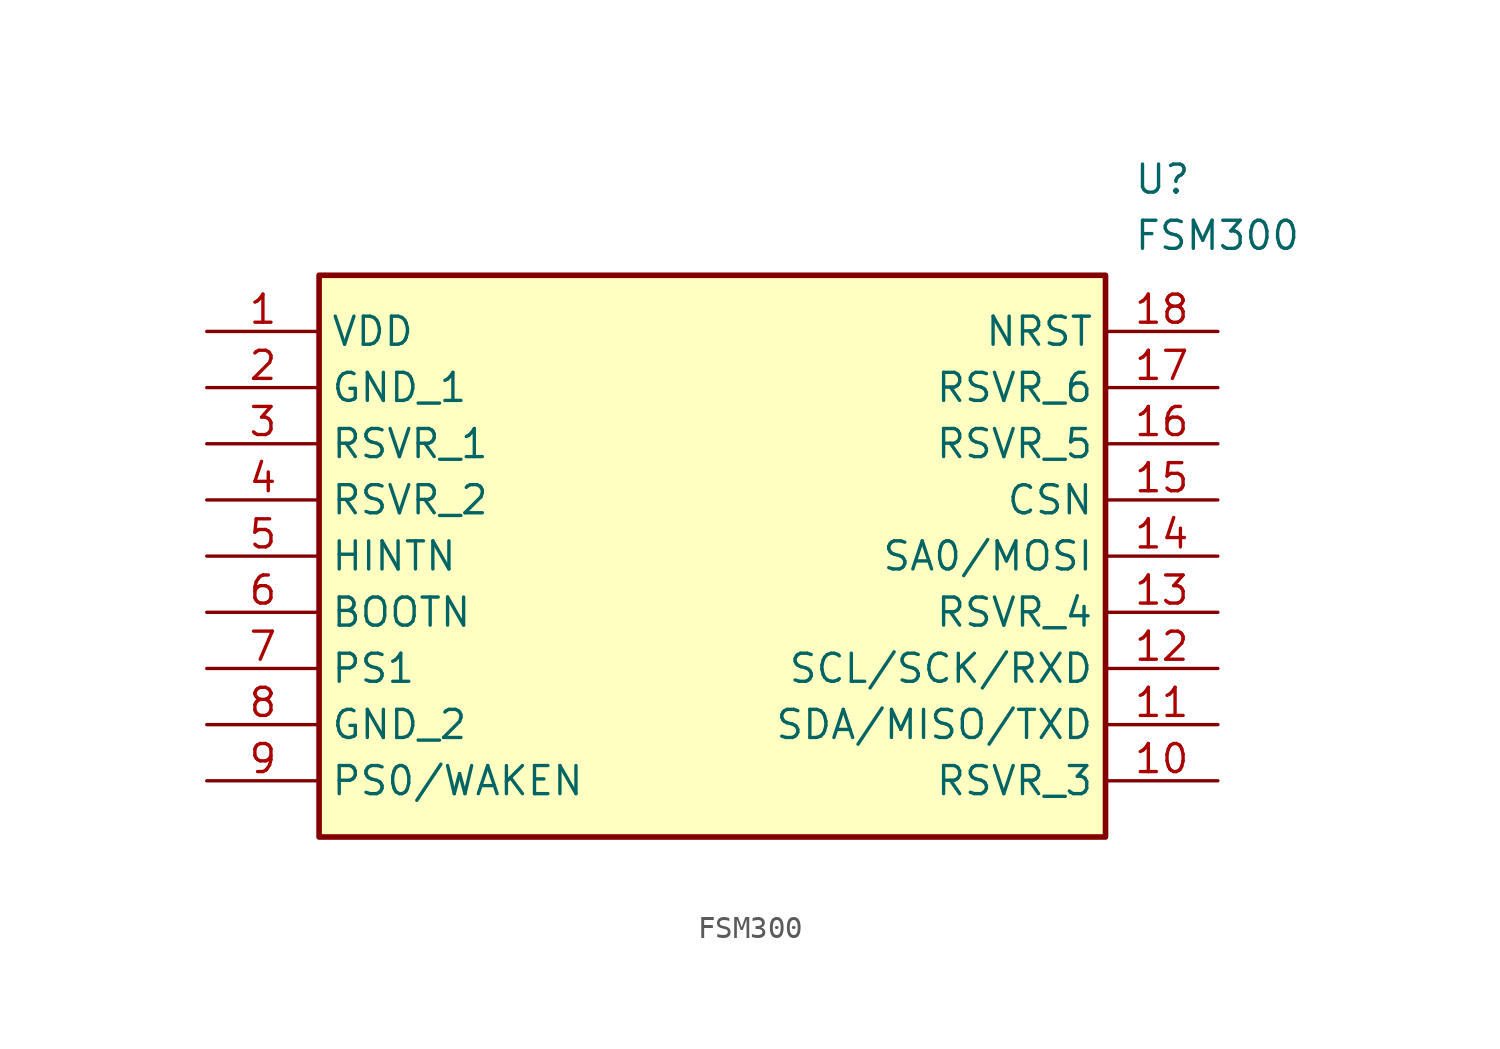
<source format=kicad_sym>
(kicad_symbol_lib
  (version 20211014)
  (generator SamacSys_ECAD_Model)
  (symbol "FSM300"
    (property "Reference" "U"
      (at 41.91 7.62 0)
      (effects (font (size 1.27 1.27)) (justify left top)))
    (property "Value" "FSM300"
      (at 41.91 5.08 0)
      (effects (font (size 1.27 1.27)) (justify left top)))
    (rectangle
      (start 5.08 2.54)
      (end 40.64 -22.86)
      (stroke (width 0.254) (type default))
      (fill (type background)))
    (pin passive line
      (at 0 0 0)
      (length 5.08)
      (name "VDD" (effects (font (size 1.27 1.27))))
      (number "1" (effects (font (size 1.27 1.27)))))
    (pin passive line
      (at 0 -2.54 0)
      (length 5.08)
      (name "GND_1" (effects (font (size 1.27 1.27))))
      (number "2" (effects (font (size 1.27 1.27)))))
    (pin passive line
      (at 0 -5.08 0)
      (length 5.08)
      (name "RSVR_1" (effects (font (size 1.27 1.27))))
      (number "3" (effects (font (size 1.27 1.27)))))
    (pin passive line
      (at 0 -7.62 0)
      (length 5.08)
      (name "RSVR_2" (effects (font (size 1.27 1.27))))
      (number "4" (effects (font (size 1.27 1.27)))))
    (pin passive line
      (at 0 -10.16 0)
      (length 5.08)
      (name "HINTN" (effects (font (size 1.27 1.27))))
      (number "5" (effects (font (size 1.27 1.27)))))
    (pin passive line
      (at 0 -12.7 0)
      (length 5.08)
      (name "BOOTN" (effects (font (size 1.27 1.27))))
      (number "6" (effects (font (size 1.27 1.27)))))
    (pin passive line
      (at 0 -15.24 0)
      (length 5.08)
      (name "PS1" (effects (font (size 1.27 1.27))))
      (number "7" (effects (font (size 1.27 1.27)))))
    (pin passive line
      (at 0 -17.78 0)
      (length 5.08)
      (name "GND_2" (effects (font (size 1.27 1.27))))
      (number "8" (effects (font (size 1.27 1.27)))))
    (pin passive line
      (at 0 -20.32 0)
      (length 5.08)
      (name "PS0/WAKEN" (effects (font (size 1.27 1.27))))
      (number "9" (effects (font (size 1.27 1.27)))))
    (pin passive line
      (at 45.72 -20.32 180)
      (length 5.08)
      (name "RSVR_3" (effects (font (size 1.27 1.27))))
      (number "10" (effects (font (size 1.27 1.27)))))
    (pin passive line
      (at 45.72 -17.78 180)
      (length 5.08)
      (name "SDA/MISO/TXD" (effects (font (size 1.27 1.27))))
      (number "11" (effects (font (size 1.27 1.27)))))
    (pin passive line
      (at 45.72 -15.24 180)
      (length 5.08)
      (name "SCL/SCK/RXD" (effects (font (size 1.27 1.27))))
      (number "12" (effects (font (size 1.27 1.27)))))
    (pin passive line
      (at 45.72 -12.7 180)
      (length 5.08)
      (name "RSVR_4" (effects (font (size 1.27 1.27))))
      (number "13" (effects (font (size 1.27 1.27)))))
    (pin passive line
      (at 45.72 -10.16 180)
      (length 5.08)
      (name "SA0/MOSI" (effects (font (size 1.27 1.27))))
      (number "14" (effects (font (size 1.27 1.27)))))
    (pin passive line
      (at 45.72 -7.62 180)
      (length 5.08)
      (name "CSN" (effects (font (size 1.27 1.27))))
      (number "15" (effects (font (size 1.27 1.27)))))
    (pin passive line
      (at 45.72 -5.08 180)
      (length 5.08)
      (name "RSVR_5" (effects (font (size 1.27 1.27))))
      (number "16" (effects (font (size 1.27 1.27)))))
    (pin passive line
      (at 45.72 -2.54 180)
      (length 5.08)
      (name "RSVR_6" (effects (font (size 1.27 1.27))))
      (number "17" (effects (font (size 1.27 1.27)))))
    (pin passive line
      (at 45.72 0 180)
      (length 5.08)
      (name "NRST" (effects (font (size 1.27 1.27))))
      (number "18" (effects (font (size 1.27 1.27)))))))
</source>
